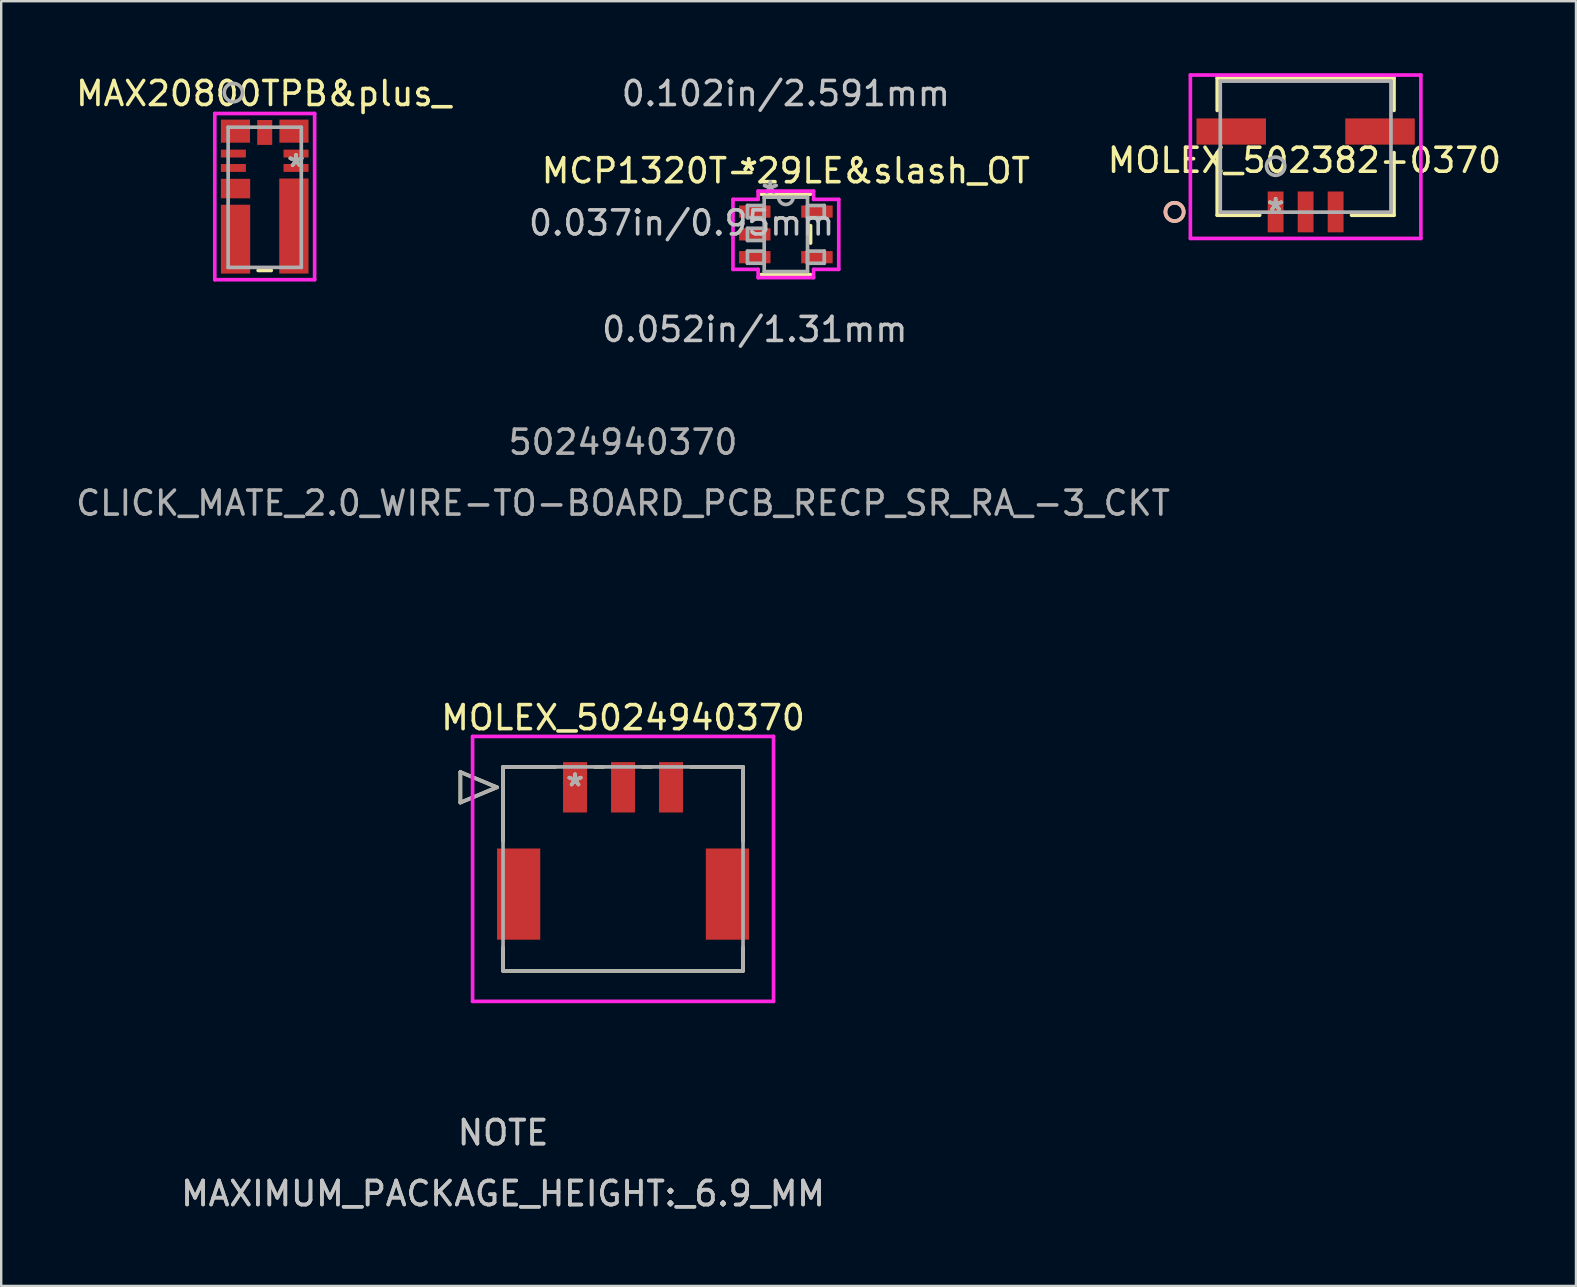
<source format=kicad_pcb>
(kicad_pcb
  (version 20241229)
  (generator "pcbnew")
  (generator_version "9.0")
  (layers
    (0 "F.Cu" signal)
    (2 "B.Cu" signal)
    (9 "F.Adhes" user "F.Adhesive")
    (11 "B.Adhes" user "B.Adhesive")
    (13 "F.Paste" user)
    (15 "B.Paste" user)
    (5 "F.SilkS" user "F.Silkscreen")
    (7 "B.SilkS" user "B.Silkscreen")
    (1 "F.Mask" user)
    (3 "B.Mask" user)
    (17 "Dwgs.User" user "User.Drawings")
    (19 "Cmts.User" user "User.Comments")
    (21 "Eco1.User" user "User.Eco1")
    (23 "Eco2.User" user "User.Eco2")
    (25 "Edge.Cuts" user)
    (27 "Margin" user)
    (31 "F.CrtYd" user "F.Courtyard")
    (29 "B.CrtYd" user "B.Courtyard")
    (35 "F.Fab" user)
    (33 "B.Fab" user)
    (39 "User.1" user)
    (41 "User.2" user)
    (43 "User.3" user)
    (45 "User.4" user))
  (footprint "MAX20800TPB&plus_"
    (layer "F.Cu")
    (at 9.285 3.948)
    (property "Reference" "MAX20800TPB&plus_" (at -1.35 -3.1 0) (layer "F.SilkS") (effects (font (size 1 1) (thickness 0.15))))
    (attr through_hole)
    (fp_line (start -1.578 4.271) (end -1.032 4.271) (stroke (width 0.152) (type solid)) (layer "F.SilkS"))
    (fp_line (start -3.385 -2.268) (end -3.385 4.656) (stroke (width 0.152) (type solid)) (layer "F.CrtYd"))
    (fp_line (start -3.385 4.656) (end 0.775 4.656) (stroke (width 0.152) (type solid)) (layer "F.CrtYd"))
    (fp_line (start 0.775 -2.268) (end -3.385 -2.268) (stroke (width 0.152) (type solid)) (layer "F.CrtYd"))
    (fp_line (start 0.775 4.656) (end 0.775 -2.268) (stroke (width 0.152) (type solid)) (layer "F.CrtYd"))
    (fp_line (start -2.829 -1.698) (end -2.829 4.144) (stroke (width 0.152) (type solid)) (layer "F.Fab"))
    (fp_line (start -2.829 4.144) (end 0.219 4.144) (stroke (width 0.152) (type solid)) (layer "F.Fab"))
    (fp_line (start 0.219 -1.698) (end -2.829 -1.698) (stroke (width 0.152) (type solid)) (layer "F.Fab"))
    (fp_line (start 0.219 4.144) (end 0.219 -1.698) (stroke (width 0.152) (type solid)) (layer "F.Fab"))
    (fp_circle (center -2.61 -3.14) (end -2.229 -3.14) (stroke (width 0.152) (type solid)) (fill no) (layer "F.Fab"))
    (fp_text user "*" (at 0 0 0) (layer "F.SilkS") (effects (font (size 1 1) (thickness 0.15))))
    (fp_text user "Copyright 2016 Accelerated Designs. All rights reserved." (at 0 0 0) (layer "Cmts.User") (effects (font (size 0.127 0.127) (thickness 0.002))))
    (fp_text user "*" (at 0 0 0) (layer "F.Fab") (effects (font (size 1 1) (thickness 0.15))))
    (pad "1" smd rect (at -2.61 -0.6) (size 1.041 0.33) (layers "F.Cu" "F.Mask" "F.Paste"))
    (pad "2" smd rect (at -2.61 -0.000001) (size 1.041 0.33) (layers "F.Cu" "F.Mask" "F.Paste"))
    (pad "3" smd rect (at -2.52 0.859) (size 1.219 0.813) (layers "F.Cu" "F.Mask" "F.Paste"))
    (pad "4" smd rect (at -2.52 2.967) (size 1.219 2.87) (layers "F.Cu" "F.Mask" "F.Paste"))
    (pad "5" smd rect (at -0.09 2.42) (size 1.219 3.962) (layers "F.Cu" "F.Mask" "F.Paste"))
    (pad "6" smd rect (at -0.000001 -0.000001) (size 1.041 0.33) (layers "F.Cu" "F.Mask" "F.Paste"))
    (pad "7" smd rect (at -0.000001 -0.6) (size 1.041 0.33) (layers "F.Cu" "F.Mask" "F.Paste"))
    (pad "8" smd rect (at -0.086 -1.533) (size 1.213 0.962) (layers "F.Cu" "F.Mask" "F.Paste"))
    (pad "9" smd rect (at -1.305 -1.479) (size 0.625 1.038) (layers "F.Cu" "F.Mask" "F.Paste"))
    (pad "10" smd rect (at -2.523 -1.533) (size 1.213 0.962) (layers "F.Cu" "F.Mask" "F.Paste")))
  (footprint "MCP1320T-29LE&slash_OT"
    (layer "F.Cu")
    (at 29.695 6.716)
    (property "Reference" "MCP1320T-29LE&slash_OT" (at 0 -2.65 0) (layer "F.SilkS") (effects (font (size 1 1) (thickness 0.15))))
    (attr through_hole)
    (fp_line (start -1.029 1.676) (end 1.029 1.676) (stroke (width 0.152) (type solid)) (layer "F.SilkS"))
    (fp_line (start 1.029 -1.676) (end -1.029 -1.676) (stroke (width 0.152) (type solid)) (layer "F.SilkS"))
    (fp_line (start 1.029 0.363) (end 1.029 -0.363) (stroke (width 0.152) (type solid)) (layer "F.SilkS"))
    (fp_line (start -2.204 -1.458) (end -1.156 -1.458) (stroke (width 0.152) (type solid)) (layer "F.CrtYd"))
    (fp_line (start -2.204 1.458) (end -2.204 -1.458) (stroke (width 0.152) (type solid)) (layer "F.CrtYd"))
    (fp_line (start -1.156 -1.803) (end 1.156 -1.803) (stroke (width 0.152) (type solid)) (layer "F.CrtYd"))
    (fp_line (start -1.156 -1.458) (end -1.156 -1.803) (stroke (width 0.152) (type solid)) (layer "F.CrtYd"))
    (fp_line (start -1.156 1.458) (end -2.204 1.458) (stroke (width 0.152) (type solid)) (layer "F.CrtYd"))
    (fp_line (start -1.156 1.803) (end -1.156 1.458) (stroke (width 0.152) (type solid)) (layer "F.CrtYd"))
    (fp_line (start 1.156 -1.803) (end 1.156 -1.458) (stroke (width 0.152) (type solid)) (layer "F.CrtYd"))
    (fp_line (start 1.156 -1.458) (end 2.204 -1.458) (stroke (width 0.152) (type solid)) (layer "F.CrtYd"))
    (fp_line (start 1.156 1.458) (end 1.156 1.803) (stroke (width 0.152) (type solid)) (layer "F.CrtYd"))
    (fp_line (start 1.156 1.803) (end -1.156 1.803) (stroke (width 0.152) (type solid)) (layer "F.CrtYd"))
    (fp_line (start 2.204 -1.458) (end 2.204 1.458) (stroke (width 0.152) (type solid)) (layer "F.CrtYd"))
    (fp_line (start 2.204 1.458) (end 1.156 1.458) (stroke (width 0.152) (type solid)) (layer "F.CrtYd"))
    (fp_line (start -1.6 -1.204) (end -1.6 -0.696) (stroke (width 0.152) (type solid)) (layer "F.Fab"))
    (fp_line (start -1.6 -0.696) (end -0.902 -0.696) (stroke (width 0.152) (type solid)) (layer "F.Fab"))
    (fp_line (start -1.6 -0.254) (end -1.6 0.254) (stroke (width 0.152) (type solid)) (layer "F.Fab"))
    (fp_line (start -1.6 0.254) (end -0.902 0.254) (stroke (width 0.152) (type solid)) (layer "F.Fab"))
    (fp_line (start -1.6 0.696) (end -1.6 1.204) (stroke (width 0.152) (type solid)) (layer "F.Fab"))
    (fp_line (start -1.6 1.204) (end -0.902 1.204) (stroke (width 0.152) (type solid)) (layer "F.Fab"))
    (fp_line (start -0.902 -1.549) (end -0.902 1.549) (stroke (width 0.152) (type solid)) (layer "F.Fab"))
    (fp_line (start -0.902 -1.204) (end -1.6 -1.204) (stroke (width 0.152) (type solid)) (layer "F.Fab"))
    (fp_line (start -0.902 -0.696) (end -0.902 -1.204) (stroke (width 0.152) (type solid)) (layer "F.Fab"))
    (fp_line (start -0.902 -0.254) (end -1.6 -0.254) (stroke (width 0.152) (type solid)) (layer "F.Fab"))
    (fp_line (start -0.902 0.254) (end -0.902 -0.254) (stroke (width 0.152) (type solid)) (layer "F.Fab"))
    (fp_line (start -0.902 0.696) (end -1.6 0.696) (stroke (width 0.152) (type solid)) (layer "F.Fab"))
    (fp_line (start -0.902 1.204) (end -0.902 0.696) (stroke (width 0.152) (type solid)) (layer "F.Fab"))
    (fp_line (start -0.902 1.549) (end 0.902 1.549) (stroke (width 0.152) (type solid)) (layer "F.Fab"))
    (fp_line (start 0.902 -1.549) (end -0.902 -1.549) (stroke (width 0.152) (type solid)) (layer "F.Fab"))
    (fp_line (start 0.902 -1.204) (end 0.902 -0.696) (stroke (width 0.152) (type solid)) (layer "F.Fab"))
    (fp_line (start 0.902 -0.696) (end 1.6 -0.696) (stroke (width 0.152) (type solid)) (layer "F.Fab"))
    (fp_line (start 0.902 0.696) (end 0.902 1.204) (stroke (width 0.152) (type solid)) (layer "F.Fab"))
    (fp_line (start 0.902 1.204) (end 1.6 1.204) (stroke (width 0.152) (type solid)) (layer "F.Fab"))
    (fp_line (start 0.902 1.549) (end 0.902 -1.549) (stroke (width 0.152) (type solid)) (layer "F.Fab"))
    (fp_line (start 1.6 -1.204) (end 0.902 -1.204) (stroke (width 0.152) (type solid)) (layer "F.Fab"))
    (fp_line (start 1.6 -0.696) (end 1.6 -1.204) (stroke (width 0.152) (type solid)) (layer "F.Fab"))
    (fp_line (start 1.6 0.696) (end 0.902 0.696) (stroke (width 0.152) (type solid)) (layer "F.Fab"))
    (fp_line (start 1.6 1.204) (end 1.6 0.696) (stroke (width 0.152) (type solid)) (layer "F.Fab"))
    (fp_arc (start 0.3048 -1.5494) (mid 0 -1.2446) (end -0.3048 -1.5494) (stroke (width 0.1524) (type solid)) (layer "F.Fab"))
    (fp_text user "*" (at -1.549 -2.601 0) (layer "F.SilkS") (effects (font (size 1 1) (thickness 0.15))))
    (fp_text user "*" (at -1.549 -2.601 0) (layer "F.SilkS") (effects (font (size 1 1) (thickness 0.15))))
    (fp_text user "0.102in/2.591mm" (at 0 -5.867 0) (layer "Dwgs.User") (effects (font (size 1 1) (thickness 0.15))))
    (fp_text user "0.052in/1.31mm" (at -1.295 3.962 0) (layer "Dwgs.User") (effects (font (size 1 1) (thickness 0.15))))
    (fp_text user "0.037in/0.95mm" (at -4.343 -0.475 0) (layer "Dwgs.User") (effects (font (size 1 1) (thickness 0.15))))
    (fp_text user "Copyright 2016 Accelerated Designs. All rights reserved." (at 0 0 0) (layer "Cmts.User") (effects (font (size 0.127 0.127) (thickness 0.002))))
    (fp_text user "*" (at -0.648 -1.636 0) (layer "F.Fab") (effects (font (size 1 1) (thickness 0.15))))
    (fp_text user "*" (at -0.648 -1.636 0) (layer "F.Fab") (effects (font (size 1 1) (thickness 0.15))))
    (pad "1" smd rect (at -1.295 -0.95) (size 1.31 0.508) (layers "F.Cu" "F.Mask" "F.Paste"))
    (pad "2" smd rect (at -1.295 0) (size 1.31 0.508) (layers "F.Cu" "F.Mask" "F.Paste"))
    (pad "3" smd rect (at -1.295 0.95) (size 1.31 0.508) (layers "F.Cu" "F.Mask" "F.Paste"))
    (pad "4" smd rect (at 1.295 0.95) (size 1.31 0.508) (layers "F.Cu" "F.Mask" "F.Paste"))
    (pad "5" smd rect (at 1.295 -0.95) (size 1.31 0.508) (layers "F.Cu" "F.Mask" "F.Paste")))
  (footprint "MOLEX_5024940370"
    (layer "F.Cu")
    (at 20.911 29.755)
    (property "Reference" "MOLEX_5024940370" (at 2 -2.9 0) (layer "F.SilkS") (effects (font (size 1 1) (thickness 0.15))))
    (attr through_hole)
    (fp_line (start -4.778 -0.635) (end -4.778 0.635) (stroke (width 0.152) (type solid)) (layer "F.SilkS"))
    (fp_line (start -4.778 0.635) (end -3.254 0) (stroke (width 0.152) (type solid)) (layer "F.SilkS"))
    (fp_line (start -3.254 0) (end -4.778 -0.635) (stroke (width 0.152) (type solid)) (layer "F.SilkS"))
    (fp_line (start -3 -0.85) (end -3 2.23) (stroke (width 0.152) (type solid)) (layer "F.SilkS"))
    (fp_line (start -3 6.67) (end -3 7.65) (stroke (width 0.152) (type solid)) (layer "F.SilkS"))
    (fp_line (start -3 7.65) (end 7 7.65) (stroke (width 0.152) (type solid)) (layer "F.SilkS"))
    (fp_line (start -0.82 -0.85) (end -3 -0.85) (stroke (width 0.152) (type solid)) (layer "F.SilkS"))
    (fp_line (start 1.18 -0.85) (end 0.82 -0.85) (stroke (width 0.152) (type solid)) (layer "F.SilkS"))
    (fp_line (start 3.18 -0.85) (end 2.82 -0.85) (stroke (width 0.152) (type solid)) (layer "F.SilkS"))
    (fp_line (start 7 -0.85) (end 4.82 -0.85) (stroke (width 0.152) (type solid)) (layer "F.SilkS"))
    (fp_line (start 7 2.23) (end 7 -0.85) (stroke (width 0.152) (type solid)) (layer "F.SilkS"))
    (fp_line (start 7 7.65) (end 7 6.67) (stroke (width 0.152) (type solid)) (layer "F.SilkS"))
    (fp_line (start -4.27 -2.12) (end -4.27 8.92) (stroke (width 0.152) (type solid)) (layer "F.CrtYd"))
    (fp_line (start -4.27 8.92) (end 8.27 8.92) (stroke (width 0.152) (type solid)) (layer "F.CrtYd"))
    (fp_line (start 8.27 -2.12) (end -4.27 -2.12) (stroke (width 0.152) (type solid)) (layer "F.CrtYd"))
    (fp_line (start 8.27 8.92) (end 8.27 -2.12) (stroke (width 0.152) (type solid)) (layer "F.CrtYd"))
    (fp_line (start -4.778 -0.635) (end -4.778 0.635) (stroke (width 0.152) (type solid)) (layer "F.Fab"))
    (fp_line (start -4.778 0.635) (end -3.254 0) (stroke (width 0.152) (type solid)) (layer "F.Fab"))
    (fp_line (start -3.254 0) (end -4.778 -0.635) (stroke (width 0.152) (type solid)) (layer "F.Fab"))
    (fp_line (start -3 -0.85) (end -3 7.65) (stroke (width 0.152) (type solid)) (layer "F.Fab"))
    (fp_line (start -3 7.65) (end 7 7.65) (stroke (width 0.152) (type solid)) (layer "F.Fab"))
    (fp_line (start 7 -0.85) (end -3 -0.85) (stroke (width 0.152) (type solid)) (layer "F.Fab"))
    (fp_line (start 7 7.65) (end 7 -0.85) (stroke (width 0.152) (type solid)) (layer "F.Fab"))
    (fp_text user "*" (at 0 0 0) (layer "F.SilkS") (effects (font (size 1 1) (thickness 0.15))))
    (fp_text user "MAXIMUM_PACKAGE_HEIGHT:_6.9_MM" (at -3 16.93 0) (layer "Dwgs.User") (effects (font (size 1 1) (thickness 0.15))))
    (fp_text user "NOTE" (at -3 14.39 0) (layer "Dwgs.User") (effects (font (size 1 1) (thickness 0.15))))
    (fp_text user "MAXIMUM_PACKAGE_HEIGHT:_6.9_MM" (at -3 16.93 0) (layer "Dwgs.User") (effects (font (size 1 1) (thickness 0.15))))
    (fp_text user "NOTE" (at -3 14.39 0) (layer "Dwgs.User") (effects (font (size 1 1) (thickness 0.15))))
    (fp_text user "Copyright 2016 Accelerated Designs. All rights reserved." (at 0 0 0) (layer "Cmts.User") (effects (font (size 0.127 0.127) (thickness 0.002))))
    (fp_text user "CLICK_MATE_2.0_WIRE-TO-BOARD_PCB_RECP_SR_RA_-3_CKT" (at 2 -11.84 0) (layer "F.Fab") (effects (font (size 1 1) (thickness 0.15))))
    (fp_text user "*" (at 0 0 0) (layer "F.Fab") (effects (font (size 1 1) (thickness 0.15))))
    (fp_text user "5024940370" (at 2 -14.38 0) (layer "F.Fab") (effects (font (size 1 1) (thickness 0.15))))
    (pad "1" smd rect (at 0 0) (size 1 2.1) (layers "F.Cu" "F.Mask" "F.Paste"))
    (pad "2" smd rect (at 2 0) (size 1 2.1) (layers "F.Cu" "F.Mask" "F.Paste"))
    (pad "3" smd rect (at 4 0) (size 1 2.1) (layers "F.Cu" "F.Mask" "F.Paste"))
    (pad "4" smd rect (at -2.35 4.45) (size 1.8 3.8) (layers "F.Cu" "F.Mask" "F.Paste"))
    (pad "5" smd rect (at 6.35 4.45) (size 1.8 3.8) (layers "F.Cu" "F.Mask" "F.Paste")))
  (footprint "MOLEX_502382-0370"
    (layer "F.Cu")
    (at 50.102 5.78)
    (property "Reference" "MOLEX_502382-0370" (at 1.2 -2.15 0) (layer "F.SilkS") (effects (font (size 1 1) (thickness 0.15))))
    (attr through_hole)
    (fp_line (start -2.433 -5.577) (end -2.433 -4.229) (stroke (width 0.152) (type solid)) (layer "F.SilkS"))
    (fp_line (start -2.433 -2.471) (end -2.433 0.138) (stroke (width 0.152) (type solid)) (layer "F.SilkS"))
    (fp_line (start -2.433 0.138) (end -0.663 0.138) (stroke (width 0.152) (type solid)) (layer "F.SilkS"))
    (fp_line (start 3.163 0.138) (end 4.933 0.138) (stroke (width 0.152) (type solid)) (layer "F.SilkS"))
    (fp_line (start 4.933 -5.577) (end -2.433 -5.577) (stroke (width 0.152) (type solid)) (layer "F.SilkS"))
    (fp_line (start 4.933 -4.229) (end 4.933 -5.577) (stroke (width 0.152) (type solid)) (layer "F.SilkS"))
    (fp_line (start 4.933 0.138) (end 4.933 -2.471) (stroke (width 0.152) (type solid)) (layer "F.SilkS"))
    (fp_circle (center -4.211 0) (end -3.83 0) (stroke (width 0.152) (type solid)) (fill no) (layer "F.SilkS"))
    (fp_circle (center -4.211 0) (end -3.83 0) (stroke (width 0.152) (type solid)) (fill no) (layer "B.SilkS"))
    (fp_line (start -3.552 -5.704) (end -3.552 1.105) (stroke (width 0.152) (type solid)) (layer "F.CrtYd"))
    (fp_line (start -3.552 1.105) (end 6.052 1.105) (stroke (width 0.152) (type solid)) (layer "F.CrtYd"))
    (fp_line (start 6.052 -5.704) (end -3.552 -5.704) (stroke (width 0.152) (type solid)) (layer "F.CrtYd"))
    (fp_line (start 6.052 1.105) (end 6.052 -5.704) (stroke (width 0.152) (type solid)) (layer "F.CrtYd"))
    (fp_line (start -2.306 -5.45) (end -2.306 0.011) (stroke (width 0.152) (type solid)) (layer "F.Fab"))
    (fp_line (start -2.306 0.011) (end 4.806 0.011) (stroke (width 0.152) (type solid)) (layer "F.Fab"))
    (fp_line (start 4.806 -5.45) (end -2.306 -5.45) (stroke (width 0.152) (type solid)) (layer "F.Fab"))
    (fp_line (start 4.806 0.011) (end 4.806 -5.45) (stroke (width 0.152) (type solid)) (layer "F.Fab"))
    (fp_circle (center 0 -1.905) (end 0.381 -1.905) (stroke (width 0.152) (type solid)) (fill no) (layer "F.Fab"))
    (fp_text user "*" (at 0 0 0) (layer "F.SilkS") (effects (font (size 1 1) (thickness 0.15))))
    (fp_text user "Copyright 2016 Accelerated Designs. All rights reserved." (at 0 0 0) (layer "Cmts.User") (effects (font (size 0.127 0.127) (thickness 0.002))))
    (fp_text user "*" (at 0 0 0) (layer "F.Fab") (effects (font (size 1 1) (thickness 0.15))))
    (pad "1" smd rect (at 0 0) (size 0.66 1.702) (layers "F.Cu" "F.Mask" "F.Paste"))
    (pad "2" smd rect (at 1.25 0) (size 0.66 1.702) (layers "F.Cu" "F.Mask" "F.Paste"))
    (pad "3" smd rect (at 2.5 0) (size 0.66 1.702) (layers "F.Cu" "F.Mask" "F.Paste"))
    (pad "4" smd rect (at -1.85 -3.35) (size 2.896 1.092) (layers "F.Cu" "F.Mask" "F.Paste"))
    (pad "5" smd rect (at 4.35 -3.35) (size 2.896 1.092) (layers "F.Cu" "F.Mask" "F.Paste")))
  (gr_rect
    (start -3 -3)
    (end 62.617 50.533)
    (stroke (width 0.1) (type default))
    (fill no)
    (layer "Edge.Cuts")))
</source>
